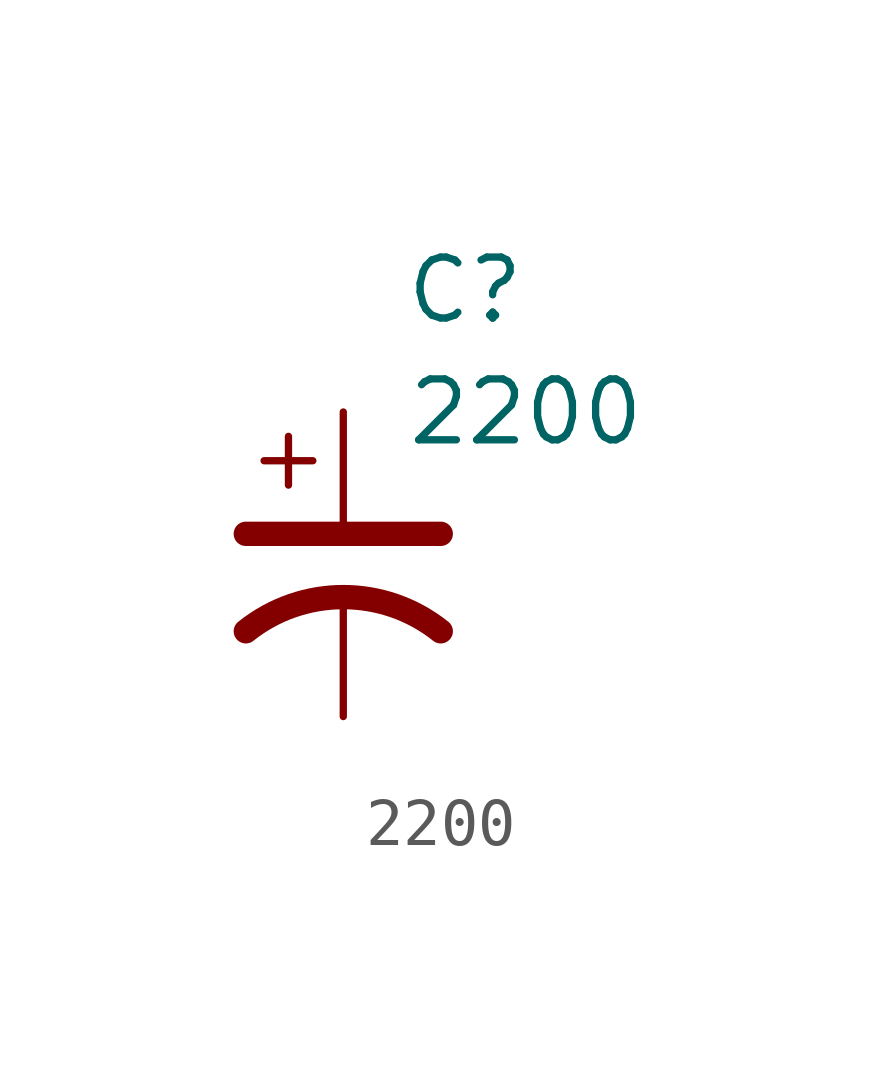
<source format=kicad_sym>
(kicad_symbol_lib
  (version 20211014)
  (generator kicad_symbol_editor)
  (symbol "2200"
    (pin_numbers hide)
    (pin_names hide)
    (property "Reference" "C"
      (at 2.54 5.08 0)
      (effects (font (size 1.27 1.27))))
    (property "Value" "2200"
      (at 3.81 2.54 0)
      (effects (font (size 1.27 1.27))))
    (symbol "2200_0_1"
      (polyline (pts (xy -2.032 0) (xy 2.032 0)) (stroke (width 0.508) (type default) (color 0 0 0 0)) (fill (type none)))
      (polyline (pts (xy -1.651 1.524) (xy -0.635 1.524)) (stroke (width 0) (type default) (color 0 0 0 0)) (fill (type none)))
      (polyline (pts (xy -1.143 1.016) (xy -1.143 2.032)) (stroke (width 0) (type default) (color 0 0 0 0)) (fill (type none)))
      (arc (start 2.032 -2.0321) (mid 0 -1.3193) (end -2.032 -2.0321) (stroke (width 0.508) (type default) (color 0 0 0 0)) (fill (type none))))
    (symbol "2200_1_1"
      (pin passive line (at 0 2.54 270) (length 2.54) (name "~" (effects (font (size 1.27 1.27)))) (number "1" (effects (font (size 1.27 1.27)))))
      (pin passive line (at 0 -3.81 90) (length 2.54) (name "~" (effects (font (size 1.27 1.27)))) (number "2" (effects (font (size 1.27 1.27))))))))
</source>
